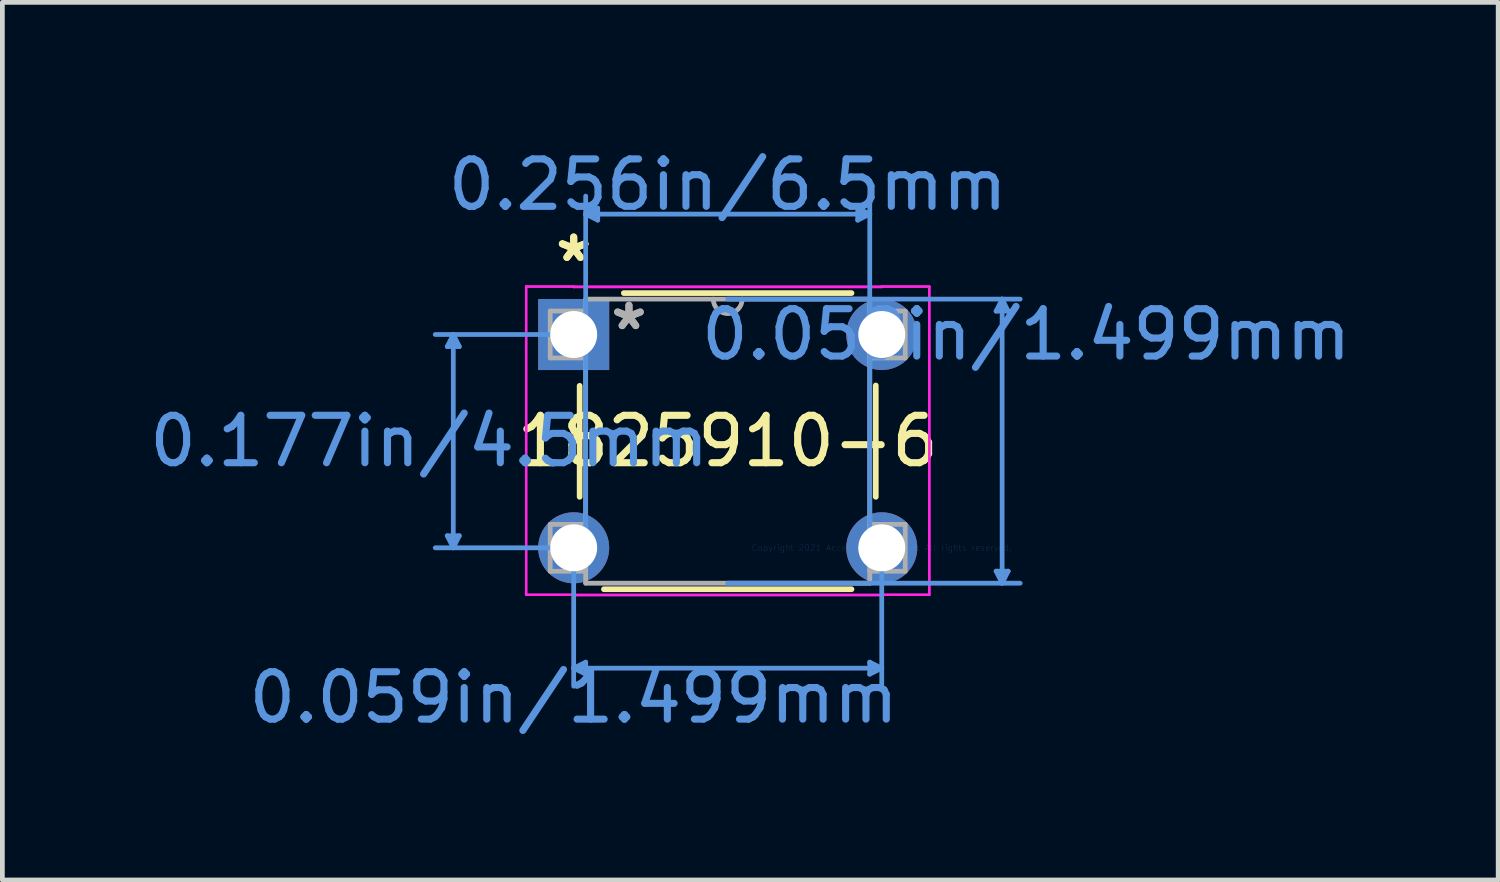
<source format=kicad_pcb>
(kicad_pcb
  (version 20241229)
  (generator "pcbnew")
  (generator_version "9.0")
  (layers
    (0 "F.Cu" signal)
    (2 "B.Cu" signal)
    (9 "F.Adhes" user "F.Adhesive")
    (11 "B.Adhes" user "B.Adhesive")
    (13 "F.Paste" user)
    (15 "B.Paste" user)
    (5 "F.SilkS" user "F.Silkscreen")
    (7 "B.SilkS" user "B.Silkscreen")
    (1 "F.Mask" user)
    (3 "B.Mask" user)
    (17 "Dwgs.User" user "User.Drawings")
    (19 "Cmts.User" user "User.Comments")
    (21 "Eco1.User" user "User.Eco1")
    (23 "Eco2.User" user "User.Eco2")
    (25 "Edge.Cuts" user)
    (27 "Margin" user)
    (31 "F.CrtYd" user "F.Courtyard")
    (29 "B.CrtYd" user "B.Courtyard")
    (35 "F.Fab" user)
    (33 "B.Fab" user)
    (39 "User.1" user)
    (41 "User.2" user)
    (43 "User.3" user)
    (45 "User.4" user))
  (footprint "1825910-6"
    (layer "F.Cu")
    (at 15.554 8.508)
    (property "Reference" "1825910-6" (at -3.25 -2.25 0) (layer "F.SilkS") (effects (font (size 1 1) (thickness 0.15))))
    (attr through_hole)
    (fp_line (start -6.374 -3.418) (end -6.374 -1.075) (stroke (width 0.12) (type solid)) (layer "F.SilkS"))
    (fp_line (start -5.862 0.874) (end -0.638 0.874) (stroke (width 0.12) (type solid)) (layer "F.SilkS"))
    (fp_line (start -0.638 -5.374) (end -5.442 -5.374) (stroke (width 0.12) (type solid)) (layer "F.SilkS"))
    (fp_line (start -0.126 -1.075) (end -0.126 -3.425) (stroke (width 0.12) (type solid)) (layer "F.SilkS"))
    (fp_line (start -9.167 -4.246) (end -8.913 -4.246) (stroke (width 0.1) (type solid)) (layer "Cmts.User"))
    (fp_line (start -9.167 -0.254) (end -8.913 -0.254) (stroke (width 0.1) (type solid)) (layer "Cmts.User"))
    (fp_line (start -9.04 -4.5) (end -9.167 -4.246) (stroke (width 0.1) (type solid)) (layer "Cmts.User"))
    (fp_line (start -9.04 -4.5) (end -9.04 0) (stroke (width 0.1) (type solid)) (layer "Cmts.User"))
    (fp_line (start -9.04 -4.5) (end -8.913 -4.246) (stroke (width 0.1) (type solid)) (layer "Cmts.User"))
    (fp_line (start -9.04 0) (end -9.167 -0.254) (stroke (width 0.1) (type solid)) (layer "Cmts.User"))
    (fp_line (start -9.04 0) (end -8.913 -0.254) (stroke (width 0.1) (type solid)) (layer "Cmts.User"))
    (fp_line (start -6.5 -4.5) (end -9.421 -4.5) (stroke (width 0.1) (type solid)) (layer "Cmts.User"))
    (fp_line (start -6.5 0) (end -9.421 0) (stroke (width 0.1) (type solid)) (layer "Cmts.User"))
    (fp_line (start -6.5 0) (end -6.5 2.921) (stroke (width 0.1) (type solid)) (layer "Cmts.User"))
    (fp_line (start -6.5 2.54) (end -6.246 2.413) (stroke (width 0.1) (type solid)) (layer "Cmts.User"))
    (fp_line (start -6.5 2.54) (end -6.246 2.667) (stroke (width 0.1) (type solid)) (layer "Cmts.User"))
    (fp_line (start -6.5 2.54) (end 0 2.54) (stroke (width 0.1) (type solid)) (layer "Cmts.User"))
    (fp_line (start -6.247 -7.04) (end -5.993 -7.167) (stroke (width 0.1) (type solid)) (layer "Cmts.User"))
    (fp_line (start -6.247 -7.04) (end -5.993 -6.913) (stroke (width 0.1) (type solid)) (layer "Cmts.User"))
    (fp_line (start -6.247 -7.04) (end -0.253 -7.04) (stroke (width 0.1) (type solid)) (layer "Cmts.User"))
    (fp_line (start -6.247 0) (end -6.247 -7.421) (stroke (width 0.1) (type solid)) (layer "Cmts.User"))
    (fp_line (start -6.246 2.413) (end -6.246 2.667) (stroke (width 0.1) (type solid)) (layer "Cmts.User"))
    (fp_line (start -5.993 -7.167) (end -5.993 -6.913) (stroke (width 0.1) (type solid)) (layer "Cmts.User"))
    (fp_line (start -3.25 -5.247) (end 2.921 -5.247) (stroke (width 0.1) (type solid)) (layer "Cmts.User"))
    (fp_line (start -3.25 0.747) (end 2.921 0.747) (stroke (width 0.1) (type solid)) (layer "Cmts.User"))
    (fp_line (start -0.507 -7.167) (end -0.507 -6.913) (stroke (width 0.1) (type solid)) (layer "Cmts.User"))
    (fp_line (start -0.254 2.413) (end -0.254 2.667) (stroke (width 0.1) (type solid)) (layer "Cmts.User"))
    (fp_line (start -0.253 -7.04) (end -0.507 -7.167) (stroke (width 0.1) (type solid)) (layer "Cmts.User"))
    (fp_line (start -0.253 -7.04) (end -0.507 -6.913) (stroke (width 0.1) (type solid)) (layer "Cmts.User"))
    (fp_line (start -0.253 0) (end -0.253 -7.421) (stroke (width 0.1) (type solid)) (layer "Cmts.User"))
    (fp_line (start 0 0) (end 0 2.921) (stroke (width 0.1) (type solid)) (layer "Cmts.User"))
    (fp_line (start 0 2.54) (end -0.254 2.413) (stroke (width 0.1) (type solid)) (layer "Cmts.User"))
    (fp_line (start 0 2.54) (end -0.254 2.667) (stroke (width 0.1) (type solid)) (layer "Cmts.User"))
    (fp_line (start 2.413 -4.993) (end 2.667 -4.993) (stroke (width 0.1) (type solid)) (layer "Cmts.User"))
    (fp_line (start 2.413 0.493) (end 2.667 0.493) (stroke (width 0.1) (type solid)) (layer "Cmts.User"))
    (fp_line (start 2.54 -5.247) (end 2.413 -4.993) (stroke (width 0.1) (type solid)) (layer "Cmts.User"))
    (fp_line (start 2.54 -5.247) (end 2.54 0.747) (stroke (width 0.1) (type solid)) (layer "Cmts.User"))
    (fp_line (start 2.54 -5.247) (end 2.667 -4.993) (stroke (width 0.1) (type solid)) (layer "Cmts.User"))
    (fp_line (start 2.54 0.747) (end 2.413 0.493) (stroke (width 0.1) (type solid)) (layer "Cmts.User"))
    (fp_line (start 2.54 0.747) (end 2.667 0.493) (stroke (width 0.1) (type solid)) (layer "Cmts.User"))
    (fp_line (start -7.503 -5.512) (end -7.503 0.991) (stroke (width 0.05) (type solid)) (layer "F.CrtYd"))
    (fp_line (start -7.503 -5.512) (end 1.003 -5.512) (stroke (width 0.05) (type solid)) (layer "F.CrtYd"))
    (fp_line (start -7.503 0.991) (end -7.503 -5.512) (stroke (width 0.05) (type solid)) (layer "F.CrtYd"))
    (fp_line (start -7.503 0.991) (end -6.5 0.991) (stroke (width 0.05) (type solid)) (layer "F.CrtYd"))
    (fp_line (start -6.501 -5.501) (end -6.5 -5.512) (stroke (width 0.05) (type solid)) (layer "F.CrtYd"))
    (fp_line (start -6.501 1.001) (end 0.001 1.001) (stroke (width 0.05) (type solid)) (layer "F.CrtYd"))
    (fp_line (start -6.5 -5.512) (end -7.503 -5.512) (stroke (width 0.05) (type solid)) (layer "F.CrtYd"))
    (fp_line (start -6.5 0.991) (end -6.501 1.001) (stroke (width 0.05) (type solid)) (layer "F.CrtYd"))
    (fp_line (start 0 -5.512) (end 0.001 -5.501) (stroke (width 0.05) (type solid)) (layer "F.CrtYd"))
    (fp_line (start 0 0.991) (end 1.003 0.991) (stroke (width 0.05) (type solid)) (layer "F.CrtYd"))
    (fp_line (start 0.001 -5.501) (end -6.501 -5.501) (stroke (width 0.05) (type solid)) (layer "F.CrtYd"))
    (fp_line (start 0.001 1.001) (end 0 0.991) (stroke (width 0.05) (type solid)) (layer "F.CrtYd"))
    (fp_line (start 1.003 -5.512) (end 0 -5.512) (stroke (width 0.05) (type solid)) (layer "F.CrtYd"))
    (fp_line (start 1.003 -5.512) (end 1.003 0.991) (stroke (width 0.05) (type solid)) (layer "F.CrtYd"))
    (fp_line (start 1.003 0.991) (end -7.503 0.991) (stroke (width 0.05) (type solid)) (layer "F.CrtYd"))
    (fp_line (start 1.003 0.991) (end 1.003 -5.512) (stroke (width 0.05) (type solid)) (layer "F.CrtYd"))
    (fp_line (start -6.995 -4.995) (end -6.995 -4.005) (stroke (width 0.1) (type solid)) (layer "F.Fab"))
    (fp_line (start -6.995 -4.005) (end -6.247 -4.005) (stroke (width 0.1) (type solid)) (layer "F.Fab"))
    (fp_line (start -6.995 -0.495) (end -6.995 0.495) (stroke (width 0.1) (type solid)) (layer "F.Fab"))
    (fp_line (start -6.995 0.495) (end -6.247 0.495) (stroke (width 0.1) (type solid)) (layer "F.Fab"))
    (fp_line (start -6.247 -5.247) (end -6.247 0.747) (stroke (width 0.1) (type solid)) (layer "F.Fab"))
    (fp_line (start -6.247 -4.995) (end -6.995 -4.995) (stroke (width 0.1) (type solid)) (layer "F.Fab"))
    (fp_line (start -6.247 -4.005) (end -6.247 -4.995) (stroke (width 0.1) (type solid)) (layer "F.Fab"))
    (fp_line (start -6.247 -0.495) (end -6.995 -0.495) (stroke (width 0.1) (type solid)) (layer "F.Fab"))
    (fp_line (start -6.247 0.495) (end -6.247 -0.495) (stroke (width 0.1) (type solid)) (layer "F.Fab"))
    (fp_line (start -6.247 0.747) (end -0.253 0.747) (stroke (width 0.1) (type solid)) (layer "F.Fab"))
    (fp_line (start -0.253 -5.247) (end -6.247 -5.247) (stroke (width 0.1) (type solid)) (layer "F.Fab"))
    (fp_line (start -0.253 -4.995) (end -0.253 -4.005) (stroke (width 0.1) (type solid)) (layer "F.Fab"))
    (fp_line (start -0.253 -4.005) (end 0.495 -4.005) (stroke (width 0.1) (type solid)) (layer "F.Fab"))
    (fp_line (start -0.253 -0.495) (end -0.253 0.495) (stroke (width 0.1) (type solid)) (layer "F.Fab"))
    (fp_line (start -0.253 0.495) (end 0.495 0.495) (stroke (width 0.1) (type solid)) (layer "F.Fab"))
    (fp_line (start -0.253 0.747) (end -0.253 -5.247) (stroke (width 0.1) (type solid)) (layer "F.Fab"))
    (fp_line (start 0.495 -4.995) (end -0.253 -4.995) (stroke (width 0.1) (type solid)) (layer "F.Fab"))
    (fp_line (start 0.495 -4.005) (end 0.495 -4.995) (stroke (width 0.1) (type solid)) (layer "F.Fab"))
    (fp_line (start 0.495 -0.495) (end -0.253 -0.495) (stroke (width 0.1) (type solid)) (layer "F.Fab"))
    (fp_line (start 0.495 0.495) (end 0.495 -0.495) (stroke (width 0.1) (type solid)) (layer "F.Fab"))
    (fp_arc (start -2.9452 -5.247201) (mid -3.25 -4.942401) (end -3.5548 -5.247201) (stroke (width 0.1) (type solid)) (layer "F.Fab"))
    (fp_text user "*" (at -6.5 -6.011 0) (layer "F.SilkS") (effects (font (size 1 1) (thickness 0.15))))
    (fp_text user "*" (at -6.5 -6.011 0) (layer "F.SilkS") (effects (font (size 1 1) (thickness 0.15))))
    (fp_text user "Copyright 2021 Accelerated Designs. All rights reserved." (at 0 0 0) (layer "Cmts.User") (effects (font (size 0.127 0.127) (thickness 0.002))))
    (fp_text user "0.059in/1.499mm" (at 3.048 -4.5 0) (layer "Cmts.User") (effects (font (size 1 1) (thickness 0.15))))
    (fp_text user "0.256in/6.5mm" (at -3.25 -7.66 0) (layer "Cmts.User") (effects (font (size 1 1) (thickness 0.15))))
    (fp_text user "0.059in/1.499mm" (at -6.5 3.16 0) (layer "Cmts.User") (effects (font (size 1 1) (thickness 0.15))))
    (fp_text user "0.177in/4.5mm" (at -9.548 -2.25 0) (layer "Cmts.User") (effects (font (size 1 1) (thickness 0.15))))
    (fp_text user "*" (at -5.334 -4.572 0) (layer "F.Fab") (effects (font (size 1 1) (thickness 0.15))))
    (fp_text user "*" (at -5.334 -4.572 0) (layer "F.Fab") (effects (font (size 1 1) (thickness 0.15))))
    (pad "1" thru_hole rect (at -6.5 -4.5) (size 1.499 1.499) (drill 0.991) (layers "*.Cu" "*.Mask"))
    (pad "2" thru_hole circle (at 0.000001 -4.5) (size 1.499 1.499) (drill 0.991) (layers "*.Cu" "*.Mask"))
    (pad "3" thru_hole circle (at -6.5 0) (size 1.499 1.499) (drill 0.991) (layers "*.Cu" "*.Mask"))
    (pad "4" thru_hole circle (at 0.000001 0) (size 1.499 1.499) (drill 0.991) (layers "*.Cu" "*.Mask")))
  (gr_rect
    (start -3 -3)
    (end 28.56 15.517)
    (stroke (width 0.1) (type default))
    (fill no)
    (layer "Edge.Cuts")))
</source>
